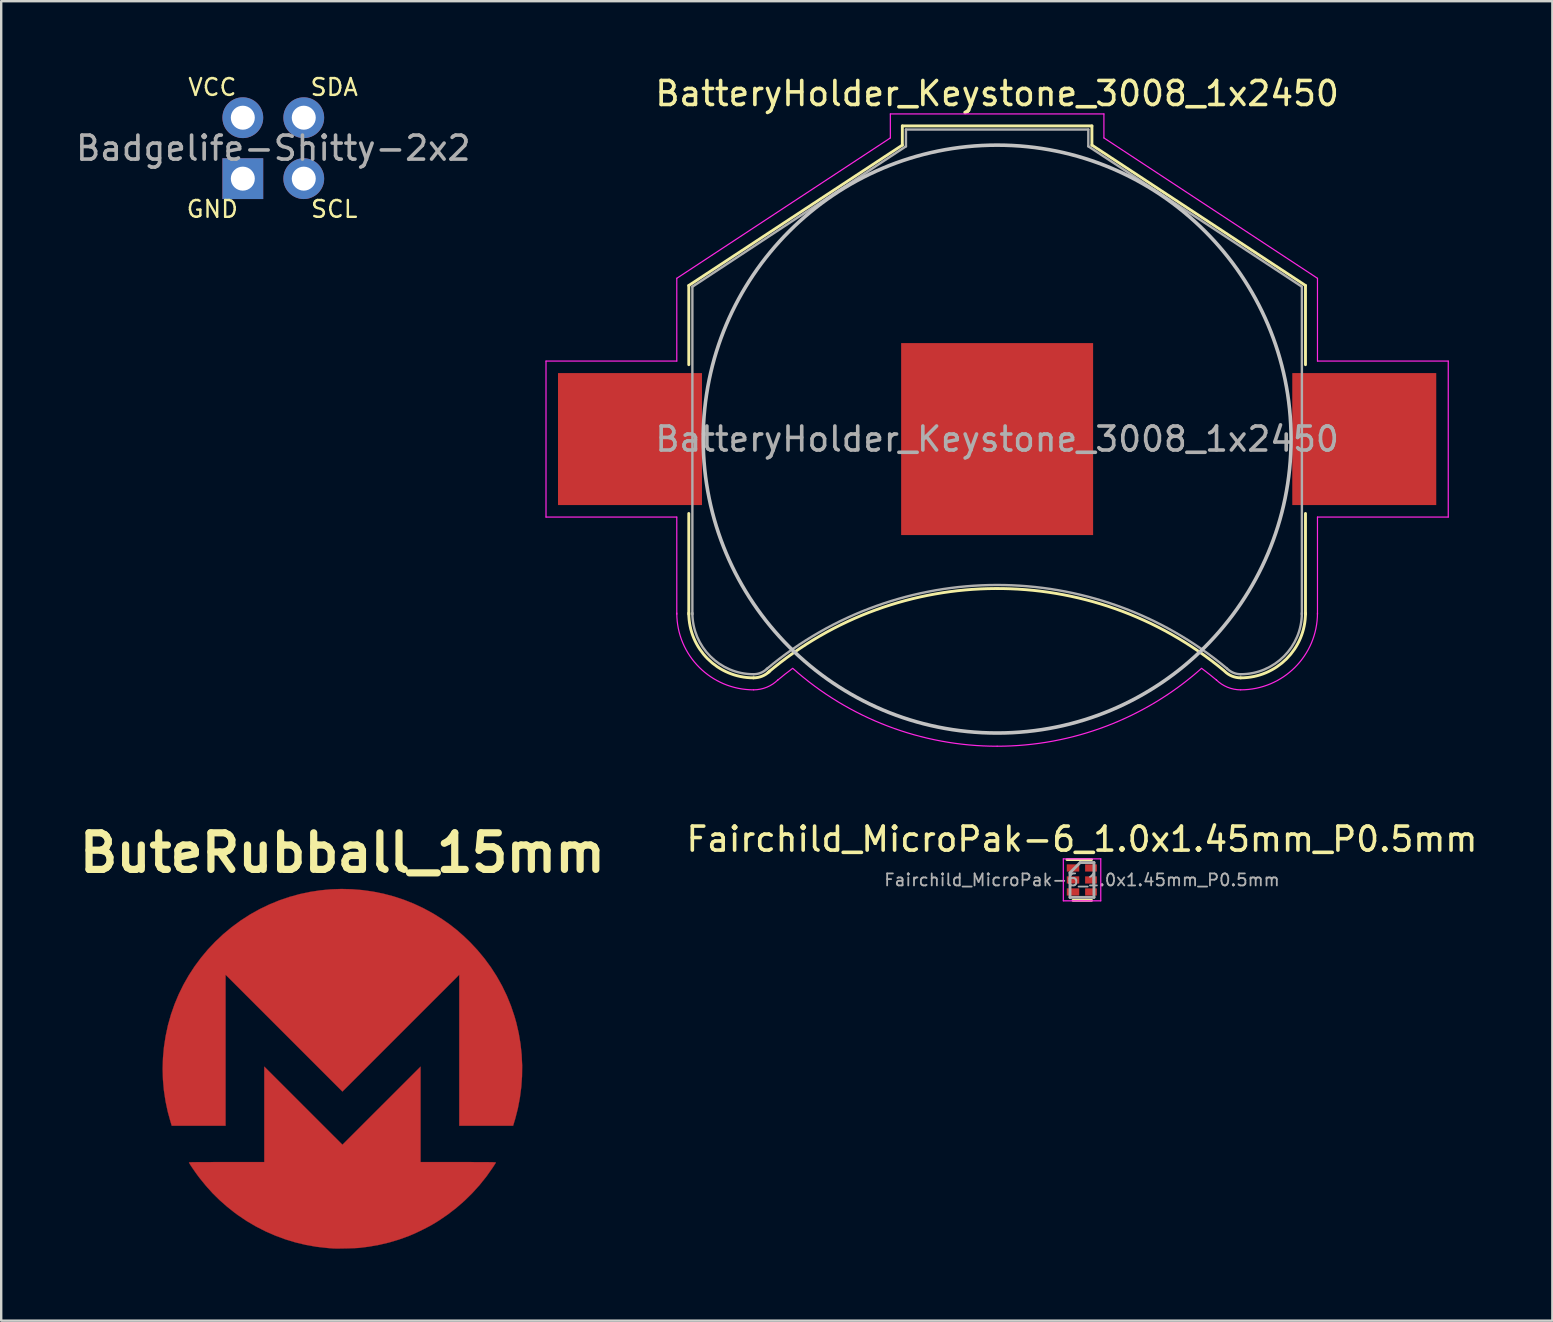
<source format=kicad_pcb>
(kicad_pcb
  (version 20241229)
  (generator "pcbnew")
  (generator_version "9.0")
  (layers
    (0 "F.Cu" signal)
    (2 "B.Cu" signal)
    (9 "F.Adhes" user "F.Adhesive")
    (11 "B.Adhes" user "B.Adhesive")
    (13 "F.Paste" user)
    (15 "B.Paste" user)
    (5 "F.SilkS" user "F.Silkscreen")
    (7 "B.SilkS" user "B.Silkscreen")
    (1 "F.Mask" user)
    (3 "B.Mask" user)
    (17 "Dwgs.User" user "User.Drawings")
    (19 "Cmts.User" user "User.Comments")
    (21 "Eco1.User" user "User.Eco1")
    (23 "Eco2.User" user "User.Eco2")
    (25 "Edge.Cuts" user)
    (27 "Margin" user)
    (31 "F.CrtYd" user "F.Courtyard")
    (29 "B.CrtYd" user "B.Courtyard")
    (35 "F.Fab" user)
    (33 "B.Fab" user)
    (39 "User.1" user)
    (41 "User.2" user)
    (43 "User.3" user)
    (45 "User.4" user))
  (footprint "BatteryHolder_Keystone_3008_1x2450"
    (layer "F.Cu")
    (at 38.504 15.248)
    (property "Reference" "BatteryHolder_Keystone_3008_1x2450" (at 0 -14.4 0) (layer "F.SilkS") (effects (font (size 1 1) (thickness 0.15))))
    (attr smd)
    (fp_line (start -12.85 -6.4) (end -12.85 -3.1) (stroke (width 0.12) (type solid)) (layer "F.SilkS"))
    (fp_line (start -12.85 3.1) (end -12.85 7.3) (stroke (width 0.12) (type solid)) (layer "F.SilkS"))
    (fp_line (start -3.95 -13.05) (end -3.95 -12.25) (stroke (width 0.12) (type solid)) (layer "F.SilkS"))
    (fp_line (start -3.95 -13.05) (end 3.95 -13.05) (stroke (width 0.12) (type solid)) (layer "F.SilkS"))
    (fp_line (start -3.95 -12.25) (end -12.85 -6.4) (stroke (width 0.12) (type solid)) (layer "F.SilkS"))
    (fp_line (start 3.95 -13.05) (end 3.95 -12.25) (stroke (width 0.12) (type solid)) (layer "F.SilkS"))
    (fp_line (start 3.95 -12.25) (end 12.85 -6.4) (stroke (width 0.12) (type solid)) (layer "F.SilkS"))
    (fp_line (start 12.85 -6.4) (end 12.85 -3.1) (stroke (width 0.12) (type solid)) (layer "F.SilkS"))
    (fp_line (start 12.85 3.1) (end 12.85 7.3) (stroke (width 0.12) (type solid)) (layer "F.SilkS"))
    (fp_arc (start -10.15 9.95) (mid -12.059188 9.159188) (end -12.85 7.25) (stroke (width 0.12) (type solid)) (layer "F.SilkS"))
    (fp_arc (start -9.55 9.73) (mid -0.071508 6.228057) (end 9.440443 9.638071) (stroke (width 0.12) (type solid)) (layer "F.SilkS"))
    (fp_arc (start -9.478249 9.671751) (mid -9.786451 9.877685) (end -10.15 9.95) (stroke (width 0.12) (type solid)) (layer "F.SilkS"))
    (fp_arc (start 10.15 9.95) (mid 9.786451 9.877686) (end 9.478249 9.671751) (stroke (width 0.12) (type solid)) (layer "F.SilkS"))
    (fp_arc (start 12.85 7.25) (mid 12.059188 9.159188) (end 10.15 9.95) (stroke (width 0.12) (type solid)) (layer "F.SilkS"))
    (fp_circle (center 0 0) (end 12.25 0) (stroke (width 0.15) (type solid)) (fill no) (layer "Dwgs.User"))
    (fp_line (start -18.8 -3.25) (end -18.8 3.25) (stroke (width 0.05) (type solid)) (layer "F.CrtYd"))
    (fp_line (start -18.8 3.25) (end -13.35 3.25) (stroke (width 0.05) (type solid)) (layer "F.CrtYd"))
    (fp_line (start -13.35 -6.7) (end -13.35 -3.25) (stroke (width 0.05) (type solid)) (layer "F.CrtYd"))
    (fp_line (start -13.35 -3.25) (end -18.8 -3.25) (stroke (width 0.05) (type solid)) (layer "F.CrtYd"))
    (fp_line (start -13.35 3.25) (end -13.35 7.3) (stroke (width 0.05) (type solid)) (layer "F.CrtYd"))
    (fp_line (start -4.45 -13.55) (end -4.45 -12.55) (stroke (width 0.05) (type solid)) (layer "F.CrtYd"))
    (fp_line (start -4.45 -13.55) (end 4.45 -13.55) (stroke (width 0.05) (type solid)) (layer "F.CrtYd"))
    (fp_line (start -4.45 -12.55) (end -13.35 -6.7) (stroke (width 0.05) (type solid)) (layer "F.CrtYd"))
    (fp_line (start 4.45 -13.55) (end 4.45 -12.55) (stroke (width 0.05) (type solid)) (layer "F.CrtYd"))
    (fp_line (start 4.45 -12.55) (end 13.35 -6.7) (stroke (width 0.05) (type solid)) (layer "F.CrtYd"))
    (fp_line (start 13.35 -6.7) (end 13.35 -3.25) (stroke (width 0.05) (type solid)) (layer "F.CrtYd"))
    (fp_line (start 13.35 -3.25) (end 18.8 -3.25) (stroke (width 0.05) (type solid)) (layer "F.CrtYd"))
    (fp_line (start 13.35 3.25) (end 13.35 7.3) (stroke (width 0.05) (type solid)) (layer "F.CrtYd"))
    (fp_line (start 18.8 -3.25) (end 18.8 3.25) (stroke (width 0.05) (type solid)) (layer "F.CrtYd"))
    (fp_line (start 18.8 3.25) (end 13.35 3.25) (stroke (width 0.05) (type solid)) (layer "F.CrtYd"))
    (fp_arc (start -10.15 10.45) (mid -12.412742 9.512742) (end -13.35 7.25) (stroke (width 0.05) (type solid)) (layer "F.CrtYd"))
    (fp_arc (start -9.15 10.05) (mid -8.840691 9.798786) (end -8.524488 9.556307) (stroke (width 0.05) (type solid)) (layer "F.CrtYd"))
    (fp_arc (start -9.124695 10.025305) (mid -9.595109 10.339626) (end -10.15 10.45) (stroke (width 0.05) (type solid)) (layer "F.CrtYd"))
    (fp_arc (start 0 12.8) (mid -4.55581 11.961797) (end -8.514949 9.556969) (stroke (width 0.05) (type solid)) (layer "F.CrtYd"))
    (fp_arc (start 8.514949 9.556969) (mid 4.55581 11.961798) (end 0 12.8) (stroke (width 0.05) (type solid)) (layer "F.CrtYd"))
    (fp_arc (start 8.524488 9.556307) (mid 8.840691 9.798786) (end 9.15 10.05) (stroke (width 0.05) (type solid)) (layer "F.CrtYd"))
    (fp_arc (start 10.15 10.45) (mid 9.595109 10.339625) (end 9.124695 10.025305) (stroke (width 0.05) (type solid)) (layer "F.CrtYd"))
    (fp_arc (start 13.35 7.25) (mid 12.412742 9.512742) (end 10.15 10.45) (stroke (width 0.05) (type solid)) (layer "F.CrtYd"))
    (fp_line (start -12.7 -6.35) (end -12.7 7.3) (stroke (width 0.1) (type solid)) (layer "F.Fab"))
    (fp_line (start -3.8 -12.9) (end -3.8 -12.2) (stroke (width 0.1) (type solid)) (layer "F.Fab"))
    (fp_line (start -3.8 -12.9) (end 3.8 -12.9) (stroke (width 0.1) (type solid)) (layer "F.Fab"))
    (fp_line (start -3.8 -12.2) (end -12.7 -6.35) (stroke (width 0.1) (type solid)) (layer "F.Fab"))
    (fp_line (start 3.8 -12.9) (end 3.8 -12.2) (stroke (width 0.1) (type solid)) (layer "F.Fab"))
    (fp_line (start 3.8 -12.2) (end 12.7 -6.35) (stroke (width 0.1) (type solid)) (layer "F.Fab"))
    (fp_line (start 12.7 -6.35) (end 12.7 7.3) (stroke (width 0.1) (type solid)) (layer "F.Fab"))
    (fp_arc (start -10.15 9.8) (mid -11.953122 9.053122) (end -12.7 7.25) (stroke (width 0.1) (type solid)) (layer "F.Fab"))
    (fp_arc (start -9.6 9.58) (mid -0.013392 6.081011) (end 9.579482 9.562783) (stroke (width 0.1) (type solid)) (layer "F.Fab"))
    (fp_arc (start -9.584315 9.565685) (mid -9.843853 9.739103) (end -10.15 9.8) (stroke (width 0.1) (type solid)) (layer "F.Fab"))
    (fp_arc (start 10.15 9.8) (mid 9.843853 9.739104) (end 9.584315 9.565685) (stroke (width 0.1) (type solid)) (layer "F.Fab"))
    (fp_arc (start 12.7 7.25) (mid 11.953122 9.053122) (end 10.15 9.8) (stroke (width 0.1) (type solid)) (layer "F.Fab"))
    (fp_text user "${REFERENCE}" (at 0 0 0) (layer "F.Fab") (effects (font (size 1 1) (thickness 0.15))))
    (pad "1" smd rect (at -15.3 0) (size 6 5.5) (layers "F.Cu" "F.Mask" "F.Paste"))
    (pad "1" smd rect (at 15.3 0) (size 6 5.5) (layers "F.Cu" "F.Mask" "F.Paste"))
    (pad "2" smd rect (at 0 0) (size 8 8) (layers "F.Cu" "F.Mask")))
  (footprint "ButeRubball_15mm"
    (layer "F.Cu")
    (at 11.22 41.491)
    (property "Reference" "ButeRubball_15mm" (at 0 -9 0) (layer "F.SilkS") (effects (font (size 1.524 1.524) (thickness 0.3))))
    (attr exclude_from_pos_files exclude_from_bom)
    (fp_poly (pts (xy 0.399 -7.483) (xy 0.838 -7.447) (xy 1.274 -7.385) (xy 1.707 -7.298) (xy 2.135 -7.185) (xy 2.557 -7.046) (xy 2.972 -6.881) (xy 3.378 -6.691) (xy 3.774 -6.475) (xy 3.845 -6.433) (xy 4.167 -6.229) (xy 4.47 -6.017) (xy 4.758 -5.791) (xy 5.038 -5.546) (xy 5.312 -5.284) (xy 5.626 -4.949) (xy 5.918 -4.598) (xy 6.187 -4.232) (xy 6.432 -3.851) (xy 6.653 -3.457) (xy 6.85 -3.05) (xy 7.021 -2.631) (xy 7.167 -2.2) (xy 7.247 -1.919) (xy 7.347 -1.484) (xy 7.421 -1.041) (xy 7.469 -0.593) (xy 7.49 -0.143) (xy 7.485 0.308) (xy 7.454 0.757) (xy 7.396 1.203) (xy 7.313 1.643) (xy 7.203 2.076) (xy 7.157 2.228) (xy 7.113 2.372) (xy 4.87 2.372) (xy 4.87 -3.922) (xy 2.435 -1.488) (xy 0 0.947) (xy -2.435 -1.488) (xy -4.87 -3.922) (xy -4.87 2.372) (xy -7.113 2.372) (xy -7.157 2.228) (xy -7.278 1.792) (xy -7.372 1.35) (xy -7.439 0.903) (xy -7.479 0.452) (xy -7.492 -0.001) (xy -7.478 -0.455) (xy -7.437 -0.908) (xy -7.368 -1.359) (xy -7.273 -1.806) (xy -7.267 -1.831) (xy -7.144 -2.267) (xy -6.995 -2.692) (xy -6.822 -3.106) (xy -6.624 -3.508) (xy -6.402 -3.897) (xy -6.158 -4.272) (xy -5.891 -4.631) (xy -5.604 -4.975) (xy -5.295 -5.302) (xy -4.967 -5.61) (xy -4.619 -5.9) (xy -4.253 -6.17) (xy -3.87 -6.418) (xy -3.845 -6.433) (xy -3.451 -6.654) (xy -3.047 -6.848) (xy -2.634 -7.018) (xy -2.214 -7.161) (xy -1.787 -7.279) (xy -1.355 -7.371) (xy -0.919 -7.438) (xy -0.481 -7.479) (xy -0.041 -7.494) (xy 0.399 -7.483)) (stroke (width 0.01) (type solid)) (fill yes) (layer "F.Cu"))
    (fp_poly (pts (xy 3.256 3.887) (xy 4.829 3.887) (xy 5.075 3.887) (xy 5.294 3.887) (xy 5.488 3.888) (xy 5.658 3.888) (xy 5.807 3.888) (xy 5.934 3.889) (xy 6.042 3.89) (xy 6.133 3.891) (xy 6.207 3.892) (xy 6.267 3.893) (xy 6.313 3.895) (xy 6.347 3.897) (xy 6.371 3.899) (xy 6.385 3.902) (xy 6.393 3.905) (xy 6.394 3.908) (xy 6.394 3.908) (xy 6.384 3.927) (xy 6.361 3.964) (xy 6.328 4.015) (xy 6.289 4.077) (xy 6.265 4.113) (xy 6.004 4.484) (xy 5.72 4.839) (xy 5.415 5.177) (xy 5.091 5.496) (xy 4.747 5.796) (xy 4.387 6.074) (xy 4.01 6.331) (xy 3.748 6.49) (xy 3.639 6.551) (xy 3.512 6.618) (xy 3.373 6.689) (xy 3.228 6.76) (xy 3.084 6.829) (xy 2.947 6.891) (xy 2.825 6.943) (xy 2.769 6.966) (xy 2.363 7.113) (xy 1.95 7.237) (xy 1.529 7.336) (xy 1.094 7.413) (xy 0.73 7.459) (xy 0.669 7.465) (xy 0.586 7.469) (xy 0.486 7.474) (xy 0.375 7.478) (xy 0.255 7.482) (xy 0.133 7.485) (xy 0.012 7.487) (xy -0.102 7.489) (xy -0.206 7.49) (xy -0.294 7.489) (xy -0.361 7.487) (xy -0.393 7.486) (xy -0.431 7.482) (xy -0.489 7.478) (xy -0.561 7.472) (xy -0.637 7.466) (xy -0.646 7.465) (xy -1.084 7.416) (xy -1.52 7.339) (xy -1.952 7.236) (xy -2.378 7.107) (xy -2.796 6.952) (xy -3.205 6.774) (xy -3.602 6.571) (xy -3.986 6.346) (xy -4.354 6.098) (xy -4.489 5.999) (xy -4.817 5.738) (xy -5.123 5.468) (xy -5.41 5.185) (xy -5.682 4.883) (xy -5.945 4.56) (xy -5.999 4.489) (xy -6.048 4.423) (xy -6.102 4.348) (xy -6.158 4.268) (xy -6.214 4.188) (xy -6.267 4.11) (xy -6.314 4.04) (xy -6.352 3.98) (xy -6.38 3.935) (xy -6.394 3.908) (xy -6.394 3.908) (xy -6.393 3.905) (xy -6.386 3.902) (xy -6.371 3.899) (xy -6.348 3.897) (xy -6.314 3.895) (xy -6.269 3.893) (xy -6.21 3.892) (xy -6.137 3.891) (xy -6.047 3.89) (xy -5.94 3.889) (xy -5.813 3.888) (xy -5.666 3.888) (xy -5.497 3.888) (xy -5.304 3.887) (xy -5.086 3.887) (xy -4.841 3.887) (xy -3.256 3.887) (xy -3.256 -0.091) (xy 0 3.164) (xy 1.628 1.537) (xy 3.256 -0.091) (xy 3.256 3.887)) (stroke (width 0.01) (type solid)) (fill yes) (layer "F.Cu"))
    (fp_poly (pts (xy 0.399 -7.483) (xy 0.838 -7.447) (xy 1.274 -7.385) (xy 1.707 -7.298) (xy 2.135 -7.185) (xy 2.557 -7.046) (xy 2.972 -6.881) (xy 3.378 -6.691) (xy 3.774 -6.475) (xy 3.845 -6.433) (xy 4.167 -6.229) (xy 4.47 -6.017) (xy 4.758 -5.791) (xy 5.038 -5.546) (xy 5.312 -5.284) (xy 5.626 -4.949) (xy 5.918 -4.598) (xy 6.187 -4.232) (xy 6.432 -3.851) (xy 6.653 -3.457) (xy 6.85 -3.05) (xy 7.021 -2.631) (xy 7.167 -2.2) (xy 7.247 -1.919) (xy 7.347 -1.484) (xy 7.421 -1.041) (xy 7.469 -0.593) (xy 7.49 -0.143) (xy 7.485 0.308) (xy 7.454 0.757) (xy 7.396 1.203) (xy 7.313 1.643) (xy 7.203 2.076) (xy 7.157 2.228) (xy 7.113 2.372) (xy 4.87 2.372) (xy 4.87 -3.922) (xy 2.435 -1.488) (xy 0 0.947) (xy -2.435 -1.488) (xy -4.87 -3.922) (xy -4.87 2.372) (xy -7.113 2.372) (xy -7.157 2.228) (xy -7.278 1.792) (xy -7.372 1.35) (xy -7.439 0.903) (xy -7.479 0.452) (xy -7.492 -0.001) (xy -7.478 -0.455) (xy -7.437 -0.908) (xy -7.368 -1.359) (xy -7.273 -1.806) (xy -7.267 -1.831) (xy -7.144 -2.267) (xy -6.995 -2.692) (xy -6.822 -3.106) (xy -6.624 -3.508) (xy -6.402 -3.897) (xy -6.158 -4.272) (xy -5.891 -4.631) (xy -5.604 -4.975) (xy -5.295 -5.302) (xy -4.967 -5.61) (xy -4.619 -5.9) (xy -4.253 -6.17) (xy -3.87 -6.418) (xy -3.845 -6.433) (xy -3.451 -6.654) (xy -3.047 -6.848) (xy -2.634 -7.018) (xy -2.214 -7.161) (xy -1.787 -7.279) (xy -1.355 -7.371) (xy -0.919 -7.438) (xy -0.481 -7.479) (xy -0.041 -7.494) (xy 0.399 -7.483)) (stroke (width 0.01) (type solid)) (fill yes) (layer "F.Mask"))
    (fp_poly (pts (xy 3.256 3.887) (xy 4.829 3.887) (xy 5.075 3.887) (xy 5.294 3.887) (xy 5.488 3.888) (xy 5.658 3.888) (xy 5.807 3.888) (xy 5.934 3.889) (xy 6.042 3.89) (xy 6.133 3.891) (xy 6.207 3.892) (xy 6.267 3.893) (xy 6.313 3.895) (xy 6.347 3.897) (xy 6.371 3.899) (xy 6.385 3.902) (xy 6.393 3.905) (xy 6.394 3.908) (xy 6.394 3.908) (xy 6.384 3.927) (xy 6.361 3.964) (xy 6.328 4.015) (xy 6.289 4.077) (xy 6.265 4.113) (xy 6.004 4.484) (xy 5.72 4.839) (xy 5.415 5.177) (xy 5.091 5.496) (xy 4.747 5.796) (xy 4.387 6.074) (xy 4.01 6.331) (xy 3.748 6.49) (xy 3.639 6.551) (xy 3.512 6.618) (xy 3.373 6.689) (xy 3.228 6.76) (xy 3.084 6.829) (xy 2.947 6.891) (xy 2.825 6.943) (xy 2.769 6.966) (xy 2.363 7.113) (xy 1.95 7.237) (xy 1.529 7.336) (xy 1.094 7.413) (xy 0.73 7.459) (xy 0.669 7.465) (xy 0.586 7.469) (xy 0.486 7.474) (xy 0.375 7.478) (xy 0.255 7.482) (xy 0.133 7.485) (xy 0.012 7.487) (xy -0.102 7.489) (xy -0.206 7.49) (xy -0.294 7.489) (xy -0.361 7.487) (xy -0.393 7.486) (xy -0.431 7.482) (xy -0.489 7.478) (xy -0.561 7.472) (xy -0.637 7.466) (xy -0.646 7.465) (xy -1.084 7.416) (xy -1.52 7.339) (xy -1.952 7.236) (xy -2.378 7.107) (xy -2.796 6.952) (xy -3.205 6.774) (xy -3.602 6.571) (xy -3.986 6.346) (xy -4.354 6.098) (xy -4.489 5.999) (xy -4.817 5.738) (xy -5.123 5.468) (xy -5.41 5.185) (xy -5.682 4.883) (xy -5.945 4.56) (xy -5.999 4.489) (xy -6.048 4.423) (xy -6.102 4.348) (xy -6.158 4.268) (xy -6.214 4.188) (xy -6.267 4.11) (xy -6.314 4.04) (xy -6.352 3.98) (xy -6.38 3.935) (xy -6.394 3.908) (xy -6.394 3.908) (xy -6.393 3.905) (xy -6.386 3.902) (xy -6.371 3.899) (xy -6.348 3.897) (xy -6.314 3.895) (xy -6.269 3.893) (xy -6.21 3.892) (xy -6.137 3.891) (xy -6.047 3.89) (xy -5.94 3.889) (xy -5.813 3.888) (xy -5.666 3.888) (xy -5.497 3.888) (xy -5.304 3.887) (xy -5.086 3.887) (xy -4.841 3.887) (xy -3.256 3.887) (xy -3.256 -0.091) (xy 0 3.164) (xy 1.628 1.537) (xy 3.256 -0.091) (xy 3.256 3.887)) (stroke (width 0.01) (type solid)) (fill yes) (layer "F.Mask")))
  (footprint "Fairchild_MicroPak-6_1.0x1.45mm_P0.5mm"
    (layer "F.Cu")
    (at 42.033 33.621)
    (property "Reference" "Fairchild_MicroPak-6_1.0x1.45mm_P0.5mm" (at 0.007 -1.7 0) (layer "F.SilkS") (effects (font (size 1 1) (thickness 0.15))))
    (attr smd)
    (fp_line (start -0.618 -0.85) (end 0.407 -0.85) (stroke (width 0.12) (type solid)) (layer "F.SilkS"))
    (fp_line (start 0.407 0.85) (end -0.367 0.85) (stroke (width 0.12) (type solid)) (layer "F.SilkS"))
    (fp_line (start -0.77 -0.88) (end -0.77 0.87) (stroke (width 0.05) (type solid)) (layer "F.CrtYd"))
    (fp_line (start -0.77 -0.88) (end 0.79 -0.88) (stroke (width 0.05) (type solid)) (layer "F.CrtYd"))
    (fp_line (start 0.79 0.87) (end -0.77 0.87) (stroke (width 0.05) (type solid)) (layer "F.CrtYd"))
    (fp_line (start 0.79 0.87) (end 0.79 -0.88) (stroke (width 0.05) (type solid)) (layer "F.CrtYd"))
    (fp_line (start -0.492 -0.3) (end -0.068 -0.725) (stroke (width 0.12) (type solid)) (layer "F.Fab"))
    (fp_line (start -0.492 0.725) (end -0.492 -0.3) (stroke (width 0.12) (type solid)) (layer "F.Fab"))
    (fp_line (start -0.068 -0.725) (end 0.507 -0.725) (stroke (width 0.12) (type solid)) (layer "F.Fab"))
    (fp_line (start 0.507 -0.725) (end 0.507 0.725) (stroke (width 0.12) (type solid)) (layer "F.Fab"))
    (fp_line (start 0.507 0.725) (end -0.492 0.725) (stroke (width 0.12) (type solid)) (layer "F.Fab"))
    (fp_text user "${REFERENCE}" (at 0.007 0 0) (layer "F.Fab") (effects (font (size 0.5 0.5) (thickness 0.075))))
    (pad "1" smd rect (at -0.367 -0.5) (size 0.52 0.3) (layers "F.Cu" "F.Mask" "F.Paste"))
    (pad "2" smd rect (at -0.367 0) (size 0.52 0.3) (layers "F.Cu" "F.Mask" "F.Paste"))
    (pad "3" smd rect (at -0.367 0.5) (size 0.52 0.3) (layers "F.Cu" "F.Mask" "F.Paste"))
    (pad "4" smd rect (at 0.383 0.5) (size 0.49 0.3) (layers "F.Cu" "F.Mask" "F.Paste"))
    (pad "5" smd rect (at 0.383 0) (size 0.49 0.3) (layers "F.Cu" "F.Mask" "F.Paste"))
    (pad "6" smd rect (at 0.383 -0.5) (size 0.49 0.3) (layers "F.Cu" "F.Mask" "F.Paste")))
  (footprint "Badgelife-Shitty-2x2"
    (layer "F.Cu")
    (at 8.339 3.125)
    (property "Reference" "Badgelife-Shitty-2x2" (at 0 0 0) (layer "F.Fab") (effects (font (size 1 1) (thickness 0.15))))
    (attr through_hole)
    (fp_text user "SCL" (at 2.54 2.54 0) (layer "F.SilkS") (effects (font (size 0.7 0.7) (thickness 0.1))))
    (fp_text user "GND" (at -2.54 2.54 0) (layer "F.SilkS") (effects (font (size 0.7 0.7) (thickness 0.1))))
    (fp_text user "VCC" (at -2.54 -2.54 0) (layer "F.SilkS") (effects (font (size 0.7 0.7) (thickness 0.1))))
    (fp_text user "SDA" (at 2.54 -2.54 0) (layer "F.SilkS") (effects (font (size 0.7 0.7) (thickness 0.1))))
    (pad "1" thru_hole oval (at -1.27 -1.27) (size 1.7 1.7) (drill 1) (layers "*.Cu" "*.Mask"))
    (pad "2" thru_hole rect (at -1.27 1.27) (size 1.7 1.7) (drill 1) (layers "*.Cu" "*.Mask"))
    (pad "3" thru_hole oval (at 1.27 1.27) (size 1.7 1.7) (drill 1) (layers "*.Cu" "*.Mask"))
    (pad "4" thru_hole circle (at 1.27 -1.27) (size 1.7 1.7) (drill 1) (layers "*.Cu" "*.Mask")))
  (gr_rect
    (start -3 -3)
    (end 61.642 51.986)
    (stroke (width 0.1) (type default))
    (fill no)
    (layer "Edge.Cuts")))
</source>
